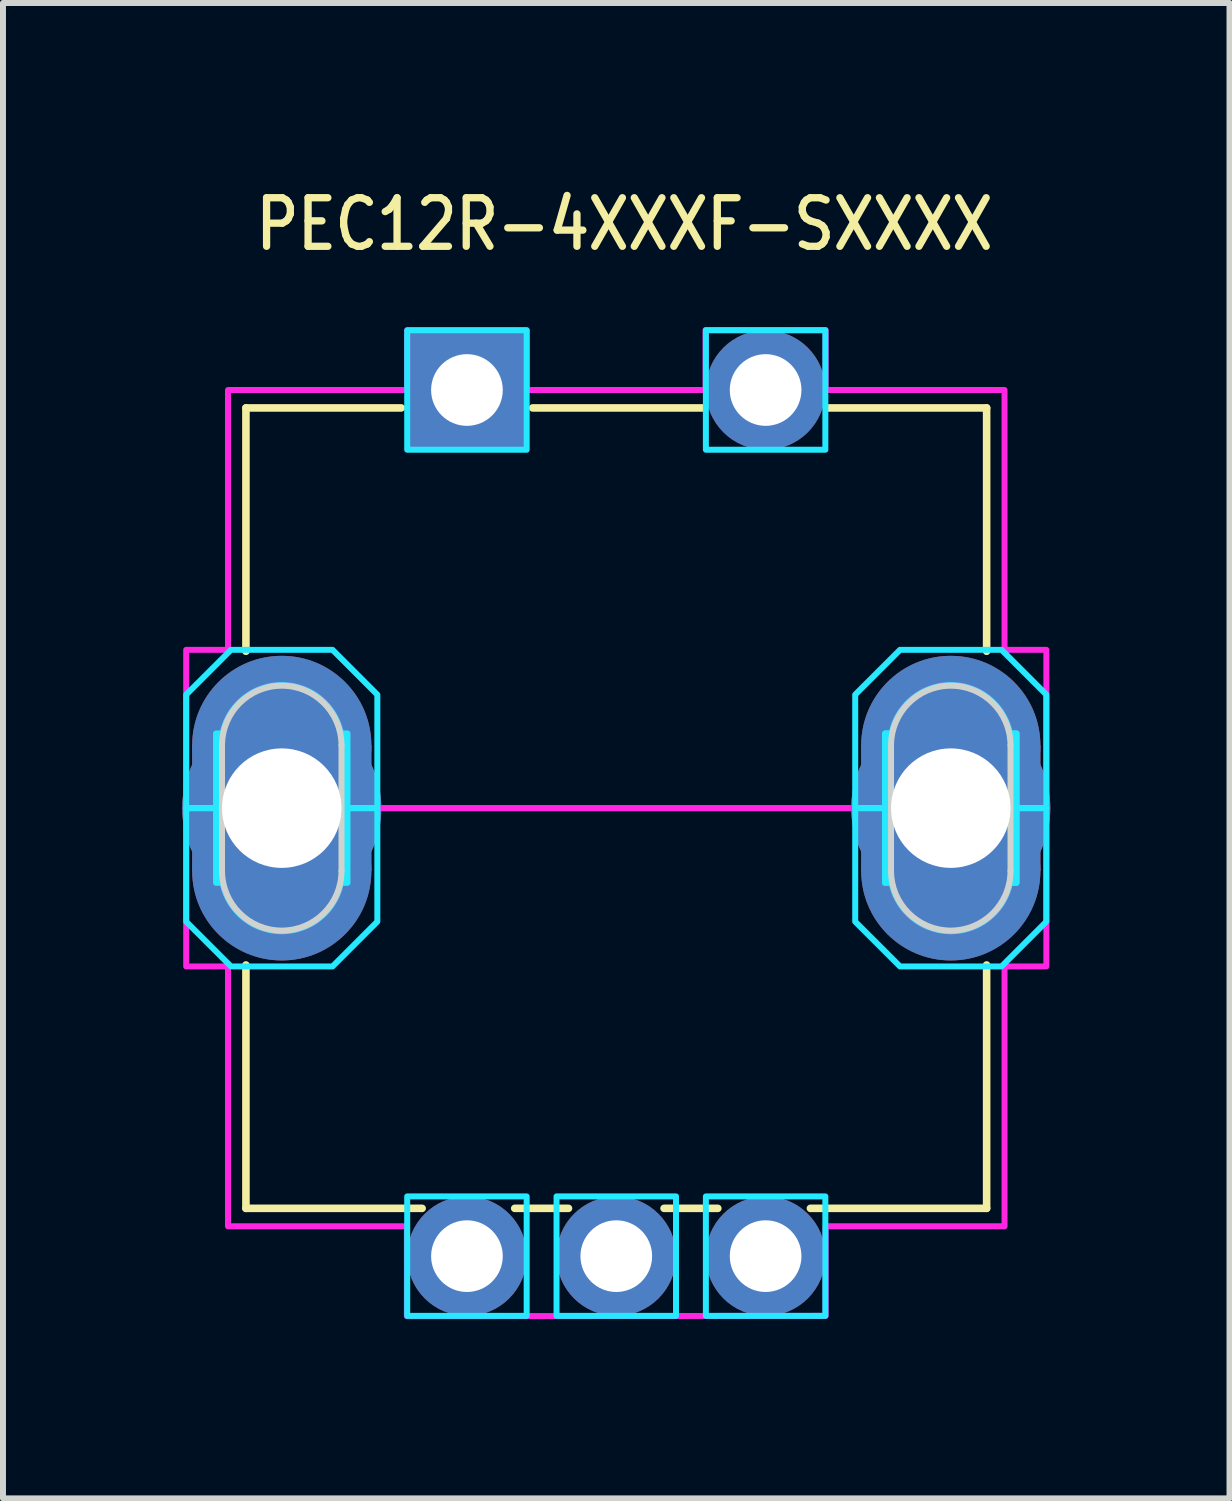
<source format=kicad_pcb>
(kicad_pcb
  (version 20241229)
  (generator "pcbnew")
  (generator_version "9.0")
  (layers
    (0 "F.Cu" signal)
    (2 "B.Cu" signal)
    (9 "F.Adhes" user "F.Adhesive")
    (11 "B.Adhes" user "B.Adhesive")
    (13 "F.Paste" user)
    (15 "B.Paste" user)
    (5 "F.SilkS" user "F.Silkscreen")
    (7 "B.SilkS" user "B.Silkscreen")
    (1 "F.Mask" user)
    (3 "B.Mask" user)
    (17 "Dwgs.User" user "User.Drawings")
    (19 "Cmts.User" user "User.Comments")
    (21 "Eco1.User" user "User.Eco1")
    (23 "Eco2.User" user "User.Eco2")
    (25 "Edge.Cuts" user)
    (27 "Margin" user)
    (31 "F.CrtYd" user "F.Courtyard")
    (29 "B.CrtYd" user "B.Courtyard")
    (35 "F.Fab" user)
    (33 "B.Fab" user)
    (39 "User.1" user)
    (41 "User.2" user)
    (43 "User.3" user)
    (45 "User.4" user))
  (footprint "PEC12R-4XXXF-SXXXX"
    (layer "F.Cu")
    (at 7.267 10.479)
    (property "Reference" "PEC12R-4XXXF-SXXXX" (at -6.1 -9.3 0) (unlocked yes) (layer "F.SilkS") (effects (font (size 0.813 0.695) (thickness 0.122)) (justify left bottom)))
    (fp_circle (center -5.6 -1.05) (end -7.1 -1.05) (stroke (width 0) (type solid)) (fill yes) (layer "F.Cu"))
    (fp_circle (center -5.6 1.05) (end -4.1 1.05) (stroke (width 0) (type solid)) (fill yes) (layer "F.Cu"))
    (fp_circle (center 5.6 -1.05) (end 4.1 -1.05) (stroke (width 0) (type solid)) (fill yes) (layer "F.Cu"))
    (fp_circle (center 5.6 1.05) (end 7.1 1.05) (stroke (width 0) (type solid)) (fill yes) (layer "F.Cu"))
    (fp_poly (pts (xy -7.1 -1.05) (xy -4.1 -1.05) (xy -4.1 1.05) (xy -7.1 1.05)) (stroke (width 0) (type solid)) (fill yes) (layer "F.Cu"))
    (fp_poly (pts (xy 4.1 -1.05) (xy 7.1 -1.05) (xy 7.1 1.05) (xy 4.1 1.05)) (stroke (width 0) (type solid)) (fill yes) (layer "F.Cu"))
    (fp_circle (center -5.6 -1.05) (end -7.2 -1.05) (stroke (width 0) (type solid)) (fill yes) (layer "F.Mask"))
    (fp_circle (center -5.6 1.05) (end -4 1.05) (stroke (width 0) (type solid)) (fill yes) (layer "F.Mask"))
    (fp_circle (center 5.6 -1.05) (end 4 -1.05) (stroke (width 0) (type solid)) (fill yes) (layer "F.Mask"))
    (fp_circle (center 5.6 1.05) (end 7.2 1.05) (stroke (width 0) (type solid)) (fill yes) (layer "F.Mask"))
    (fp_poly (pts (xy -7.2 -1.05) (xy -4 -1.05) (xy -4 1.05) (xy -7.2 1.05)) (stroke (width 0) (type solid)) (fill yes) (layer "F.Mask"))
    (fp_poly (pts (xy 4 -1.05) (xy 7.2 -1.05) (xy 7.2 1.05) (xy 4 1.05)) (stroke (width 0) (type solid)) (fill yes) (layer "F.Mask"))
    (fp_circle (center -5.6 -1.05) (end -4.1 -1.05) (stroke (width 0) (type solid)) (fill yes) (layer "B.Cu"))
    (fp_circle (center -5.6 1.05) (end -7.1 1.05) (stroke (width 0) (type solid)) (fill yes) (layer "B.Cu"))
    (fp_circle (center 5.6 -1.05) (end 7.1 -1.05) (stroke (width 0) (type solid)) (fill yes) (layer "B.Cu"))
    (fp_circle (center 5.6 1.05) (end 4.1 1.05) (stroke (width 0) (type solid)) (fill yes) (layer "B.Cu"))
    (fp_poly (pts (xy -4.1 -1.05) (xy -7.1 -1.05) (xy -7.1 1.05) (xy -4.1 1.05)) (stroke (width 0) (type solid)) (fill yes) (layer "B.Cu"))
    (fp_poly (pts (xy 7.1 -1.05) (xy 4.1 -1.05) (xy 4.1 1.05) (xy 7.1 1.05)) (stroke (width 0) (type solid)) (fill yes) (layer "B.Cu"))
    (fp_circle (center -5.6 -1.05) (end -4 -1.05) (stroke (width 0) (type solid)) (fill yes) (layer "B.Mask"))
    (fp_circle (center -5.6 1.05) (end -7.2 1.05) (stroke (width 0) (type solid)) (fill yes) (layer "B.Mask"))
    (fp_circle (center 5.6 -1.05) (end 7.2 -1.05) (stroke (width 0) (type solid)) (fill yes) (layer "B.Mask"))
    (fp_circle (center 5.6 1.05) (end 4 1.05) (stroke (width 0) (type solid)) (fill yes) (layer "B.Mask"))
    (fp_poly (pts (xy -4 -1.05) (xy -7.2 -1.05) (xy -7.2 1.05) (xy -4 1.05)) (stroke (width 0) (type solid)) (fill yes) (layer "B.Mask"))
    (fp_poly (pts (xy 7.2 -1.05) (xy 4 -1.05) (xy 4 1.05) (xy 7.2 1.05)) (stroke (width 0) (type solid)) (fill yes) (layer "B.Mask"))
    (fp_line (start -6.2 -6.7) (end -6.2 -2.626) (stroke (width 0.127) (type solid)) (layer "F.SilkS"))
    (fp_line (start -6.2 -6.7) (end -3.6 -6.7) (stroke (width 0.127) (type solid)) (layer "F.SilkS"))
    (fp_line (start -6.2 2.626) (end -6.2 6.7) (stroke (width 0.127) (type solid)) (layer "F.SilkS"))
    (fp_line (start -6.2 6.7) (end -3.25 6.7) (stroke (width 0.127) (type solid)) (layer "F.SilkS"))
    (fp_line (start -1.7 6.7) (end -0.8 6.7) (stroke (width 0.127) (type solid)) (layer "F.SilkS"))
    (fp_line (start -1.4 -6.7) (end 1.45 -6.7) (stroke (width 0.127) (type solid)) (layer "F.SilkS"))
    (fp_line (start 0.8 6.7) (end 1.7 6.7) (stroke (width 0.127) (type solid)) (layer "F.SilkS"))
    (fp_line (start 3.25 6.7) (end 6.2 6.7) (stroke (width 0.127) (type solid)) (layer "F.SilkS"))
    (fp_line (start 3.55 -6.7) (end 6.2 -6.7) (stroke (width 0.127) (type solid)) (layer "F.SilkS"))
    (fp_line (start 6.2 -6.7) (end 6.2 -2.626) (stroke (width 0.127) (type solid)) (layer "F.SilkS"))
    (fp_line (start 6.2 6.7) (end 6.2 2.626) (stroke (width 0.127) (type solid)) (layer "F.SilkS"))
    (fp_line (start -6.6 1.05) (end -6.6 -1.05) (stroke (width 0.1) (type solid)) (layer "Edge.Cuts"))
    (fp_line (start -4.6 -1.05) (end -4.6 1.05) (stroke (width 0.1) (type solid)) (layer "Edge.Cuts"))
    (fp_line (start 4.6 1.05) (end 4.6 -1.05) (stroke (width 0.1) (type solid)) (layer "Edge.Cuts"))
    (fp_line (start 6.6 -1.05) (end 6.6 1.05) (stroke (width 0.1) (type solid)) (layer "Edge.Cuts"))
    (fp_arc (start -6.6 -1.05) (mid -5.6 -2.05) (end -4.6 -1.05) (stroke (width 0.1) (type solid)) (layer "Edge.Cuts"))
    (fp_arc (start -4.6 1.05) (mid -5.6 2.05) (end -6.6 1.05) (stroke (width 0.1) (type solid)) (layer "Edge.Cuts"))
    (fp_arc (start 4.6 -1.05) (mid 5.6 -2.05) (end 6.6 -1.05) (stroke (width 0.1) (type solid)) (layer "Edge.Cuts"))
    (fp_arc (start 6.6 1.05) (mid 5.6 2.05) (end 4.6 1.05) (stroke (width 0.1) (type solid)) (layer "Edge.Cuts"))
    (fp_poly (pts (xy -3.5 -8) (xy -1.5 -8) (xy -1.5 -6) (xy -3.5 -6)) (stroke (width 0.1) (type solid)) (fill no) (layer "B.CrtYd"))
    (fp_poly (pts (xy -3.5 6.5) (xy -1.5 6.5) (xy -1.5 8.5) (xy -3.5 8.5)) (stroke (width 0.1) (type solid)) (fill no) (layer "B.CrtYd"))
    (fp_poly (pts (xy -1 6.5) (xy 1 6.5) (xy 1 8.5) (xy -1 8.5)) (stroke (width 0.1) (type solid)) (fill no) (layer "B.CrtYd"))
    (fp_poly (pts (xy 1.5 -8) (xy 3.5 -8) (xy 3.5 -6) (xy 1.5 -6)) (stroke (width 0.1) (type solid)) (fill no) (layer "B.CrtYd"))
    (fp_poly (pts (xy 1.5 6.5) (xy 3.5 6.5) (xy 3.5 8.5) (xy 1.5 8.5)) (stroke (width 0.1) (type solid)) (fill no) (layer "B.CrtYd"))
    (fp_poly (pts (xy -6.59 -1.25) (xy -6.59 -1.25) (xy -6.599 -1.201) (xy -6.599 -1.2) (xy -6.605 -1.151) (xy -6.605 -1.15) (xy -6.609 -1.101) (xy -6.609 -1.1) (xy -6.61 -1.05) (xy -6.61 -1.05) (xy -6.61 1.05) (xy -6.61 1.05) (xy -6.609 1.1) (xy -6.609 1.101) (xy -6.605 1.15) (xy -6.605 1.151) (xy -6.599 1.2) (xy -6.599 1.201) (xy -6.59 1.25) (xy -6.59 1.25) (xy -6.7 1.25) (xy -6.7 -1.25)) (stroke (width 0.1) (type solid)) (fill no) (layer "B.CrtYd"))
    (fp_poly (pts (xy -4.5 -1.25) (xy -4.5 1.25) (xy -4.61 1.25) (xy -4.61 1.25) (xy -4.601 1.201) (xy -4.601 1.2) (xy -4.595 1.151) (xy -4.595 1.15) (xy -4.591 1.101) (xy -4.591 1.1) (xy -4.59 1.05) (xy -4.59 1.05) (xy -4.59 -1.05) (xy -4.59 -1.05) (xy -4.591 -1.1) (xy -4.591 -1.101) (xy -4.595 -1.15) (xy -4.595 -1.151) (xy -4.601 -1.2) (xy -4.601 -1.201) (xy -4.61 -1.25) (xy -4.61 -1.25)) (stroke (width 0.1) (type solid)) (fill no) (layer "B.CrtYd"))
    (fp_poly (pts (xy 4.61 -1.25) (xy 4.61 -1.25) (xy 4.601 -1.201) (xy 4.601 -1.2) (xy 4.595 -1.151) (xy 4.595 -1.15) (xy 4.591 -1.101) (xy 4.591 -1.1) (xy 4.59 -1.05) (xy 4.59 -1.05) (xy 4.59 1.05) (xy 4.59 1.05) (xy 4.591 1.1) (xy 4.591 1.101) (xy 4.595 1.15) (xy 4.595 1.151) (xy 4.601 1.2) (xy 4.601 1.201) (xy 4.61 1.25) (xy 4.61 1.25) (xy 4.5 1.25) (xy 4.5 -1.25)) (stroke (width 0.1) (type solid)) (fill no) (layer "B.CrtYd"))
    (fp_poly (pts (xy 4.61 -1.25) (xy 4.61 -1.25) (xy 4.601 -1.201) (xy 4.601 -1.2) (xy 4.595 -1.151) (xy 4.595 -1.15) (xy 4.591 -1.101) (xy 4.591 -1.1) (xy 4.59 -1.05) (xy 4.59 -1.05) (xy 4.59 1.05) (xy 4.59 1.05) (xy 4.591 1.1) (xy 4.591 1.101) (xy 4.595 1.15) (xy 4.595 1.151) (xy 4.601 1.2) (xy 4.601 1.201) (xy 4.61 1.25) (xy 4.61 1.25) (xy 4.5 1.25) (xy 4.5 -1.25)) (stroke (width 0.1) (type solid)) (fill no) (layer "B.CrtYd"))
    (fp_poly (pts (xy 6.7 -1.25) (xy 6.7 1.25) (xy 6.59 1.25) (xy 6.59 1.25) (xy 6.599 1.201) (xy 6.599 1.2) (xy 6.605 1.151) (xy 6.605 1.15) (xy 6.609 1.101) (xy 6.609 1.1) (xy 6.61 1.05) (xy 6.61 1.05) (xy 6.61 -1.05) (xy 6.61 -1.05) (xy 6.609 -1.1) (xy 6.609 -1.101) (xy 6.605 -1.15) (xy 6.605 -1.151) (xy 6.599 -1.2) (xy 6.599 -1.201) (xy 6.59 -1.25) (xy 6.59 -1.25)) (stroke (width 0.1) (type solid)) (fill no) (layer "B.CrtYd"))
    (fp_poly (pts (xy 6.7 -1.25) (xy 6.7 1.25) (xy 6.59 1.25) (xy 6.59 1.25) (xy 6.599 1.201) (xy 6.599 1.2) (xy 6.605 1.151) (xy 6.605 1.15) (xy 6.609 1.101) (xy 6.609 1.1) (xy 6.61 1.05) (xy 6.61 1.05) (xy 6.61 -1.05) (xy 6.61 -1.05) (xy 6.609 -1.1) (xy 6.609 -1.101) (xy 6.605 -1.15) (xy 6.605 -1.151) (xy 6.599 -1.2) (xy 6.599 -1.201) (xy 6.59 -1.25) (xy 6.59 -1.25)) (stroke (width 0.1) (type solid)) (fill no) (layer "B.CrtYd"))
    (fp_poly (pts (xy -7.2 -1.9) (xy -6.45 -2.65) (xy -4.75 -2.65) (xy -4 -1.9) (xy -4 0) (xy -4.59 0) (xy -4.59 -1.05) (xy -4.59 -1.05) (xy -4.591 -1.1) (xy -4.591 -1.101) (xy -4.595 -1.15) (xy -4.595 -1.151) (xy -4.601 -1.2) (xy -4.601 -1.201) (xy -4.61 -1.25) (xy -4.61 -1.25) (xy -4.621 -1.299) (xy -4.621 -1.299) (xy -4.635 -1.347) (xy -4.635 -1.348) (xy -4.651 -1.395) (xy -4.651 -1.396) (xy -4.669 -1.442) (xy -4.669 -1.443) (xy -4.69 -1.488) (xy -4.69 -1.488) (xy -4.713 -1.533) (xy -4.713 -1.533) (xy -4.738 -1.576) (xy -4.738 -1.577) (xy -4.765 -1.619) (xy -4.766 -1.619) (xy -4.795 -1.66) (xy -4.795 -1.66) (xy -4.826 -1.699) (xy -4.826 -1.699) (xy -4.859 -1.737) (xy -4.86 -1.737) (xy -4.895 -1.773) (xy -4.895 -1.773) (xy -4.932 -1.807) (xy -4.932 -1.807) (xy -4.97 -1.839) (xy -4.97 -1.84) (xy -5.01 -1.87) (xy -5.011 -1.87) (xy -5.052 -1.898) (xy -5.052 -1.899) (xy -5.095 -1.925) (xy -5.095 -1.925) (xy -5.139 -1.949) (xy -5.139 -1.949) (xy -5.184 -1.971) (xy -5.185 -1.971) (xy -5.231 -1.99) (xy -5.231 -1.99) (xy -5.278 -2.007) (xy -5.279 -2.007) (xy -5.326 -2.022) (xy -5.327 -2.022) (xy -5.375 -2.035) (xy -5.375 -2.035) (xy -5.424 -2.045) (xy -5.425 -2.045) (xy -5.474 -2.052) (xy -5.475 -2.052) (xy -5.524 -2.057) (xy -5.525 -2.057) (xy -5.575 -2.06) (xy -5.575 -2.06) (xy -5.625 -2.06) (xy -5.625 -2.06) (xy -5.675 -2.057) (xy -5.676 -2.057) (xy -5.725 -2.052) (xy -5.726 -2.052) (xy -5.775 -2.045) (xy -5.776 -2.045) (xy -5.825 -2.035) (xy -5.825 -2.035) (xy -5.873 -2.022) (xy -5.874 -2.022) (xy -5.921 -2.007) (xy -5.922 -2.007) (xy -5.969 -1.99) (xy -5.969 -1.99) (xy -6.015 -1.971) (xy -6.016 -1.971) (xy -6.061 -1.949) (xy -6.061 -1.949) (xy -6.105 -1.925) (xy -6.105 -1.925) (xy -6.148 -1.899) (xy -6.148 -1.898) (xy -6.189 -1.87) (xy -6.19 -1.87) (xy -6.23 -1.84) (xy -6.23 -1.839) (xy -6.268 -1.807) (xy -6.268 -1.807) (xy -6.305 -1.773) (xy -6.305 -1.773) (xy -6.34 -1.737) (xy -6.341 -1.737) (xy -6.374 -1.699) (xy -6.374 -1.699) (xy -6.405 -1.66) (xy -6.405 -1.66) (xy -6.434 -1.619) (xy -6.435 -1.619) (xy -6.462 -1.577) (xy -6.462 -1.576) (xy -6.487 -1.533) (xy -6.487 -1.533) (xy -6.51 -1.488) (xy -6.51 -1.488) (xy -6.531 -1.443) (xy -6.531 -1.442) (xy -6.549 -1.396) (xy -6.549 -1.395) (xy -6.565 -1.348) (xy -6.565 -1.347) (xy -6.579 -1.299) (xy -6.579 -1.299) (xy -6.59 -1.25) (xy -6.59 -1.25) (xy -6.599 -1.201) (xy -6.599 -1.2) (xy -6.605 -1.151) (xy -6.605 -1.15) (xy -6.609 -1.101) (xy -6.609 -1.1) (xy -6.61 -1.05) (xy -6.61 -1.05) (xy -6.61 0) (xy -7.2 0)) (stroke (width 0.1) (type solid)) (fill no) (layer "B.CrtYd"))
    (fp_poly (pts (xy -4 0) (xy -4 1.9) (xy -4.75 2.65) (xy -6.45 2.65) (xy -7.2 1.9) (xy -7.2 0) (xy -6.61 0) (xy -6.61 1.05) (xy -6.61 1.05) (xy -6.609 1.1) (xy -6.609 1.101) (xy -6.605 1.15) (xy -6.605 1.151) (xy -6.599 1.2) (xy -6.599 1.201) (xy -6.59 1.25) (xy -6.59 1.25) (xy -6.579 1.299) (xy -6.579 1.299) (xy -6.565 1.347) (xy -6.565 1.348) (xy -6.549 1.395) (xy -6.549 1.396) (xy -6.531 1.442) (xy -6.531 1.443) (xy -6.51 1.488) (xy -6.51 1.488) (xy -6.487 1.533) (xy -6.487 1.533) (xy -6.462 1.576) (xy -6.462 1.577) (xy -6.435 1.619) (xy -6.434 1.619) (xy -6.405 1.66) (xy -6.405 1.66) (xy -6.374 1.699) (xy -6.374 1.699) (xy -6.341 1.737) (xy -6.34 1.737) (xy -6.305 1.773) (xy -6.305 1.773) (xy -6.268 1.807) (xy -6.268 1.807) (xy -6.23 1.839) (xy -6.23 1.84) (xy -6.19 1.87) (xy -6.189 1.87) (xy -6.148 1.898) (xy -6.148 1.899) (xy -6.105 1.925) (xy -6.105 1.925) (xy -6.061 1.949) (xy -6.061 1.949) (xy -6.016 1.971) (xy -6.015 1.971) (xy -5.969 1.99) (xy -5.969 1.99) (xy -5.922 2.007) (xy -5.921 2.007) (xy -5.874 2.022) (xy -5.873 2.022) (xy -5.825 2.035) (xy -5.825 2.035) (xy -5.776 2.045) (xy -5.775 2.045) (xy -5.726 2.052) (xy -5.725 2.052) (xy -5.676 2.057) (xy -5.675 2.057) (xy -5.625 2.06) (xy -5.625 2.06) (xy -5.575 2.06) (xy -5.575 2.06) (xy -5.525 2.057) (xy -5.524 2.057) (xy -5.475 2.052) (xy -5.474 2.052) (xy -5.425 2.045) (xy -5.424 2.045) (xy -5.375 2.035) (xy -5.375 2.035) (xy -5.327 2.022) (xy -5.326 2.022) (xy -5.279 2.007) (xy -5.278 2.007) (xy -5.231 1.99) (xy -5.231 1.99) (xy -5.185 1.971) (xy -5.184 1.971) (xy -5.139 1.949) (xy -5.139 1.949) (xy -5.095 1.925) (xy -5.095 1.925) (xy -5.052 1.899) (xy -5.052 1.898) (xy -5.011 1.87) (xy -5.01 1.87) (xy -4.97 1.84) (xy -4.97 1.839) (xy -4.932 1.807) (xy -4.932 1.807) (xy -4.895 1.773) (xy -4.895 1.773) (xy -4.86 1.737) (xy -4.859 1.737) (xy -4.826 1.699) (xy -4.826 1.699) (xy -4.795 1.66) (xy -4.795 1.66) (xy -4.766 1.619) (xy -4.765 1.619) (xy -4.738 1.577) (xy -4.738 1.576) (xy -4.713 1.533) (xy -4.713 1.533) (xy -4.69 1.488) (xy -4.69 1.488) (xy -4.669 1.443) (xy -4.669 1.442) (xy -4.651 1.396) (xy -4.651 1.395) (xy -4.635 1.348) (xy -4.635 1.347) (xy -4.621 1.299) (xy -4.621 1.299) (xy -4.61 1.25) (xy -4.61 1.25) (xy -4.601 1.201) (xy -4.601 1.2) (xy -4.595 1.151) (xy -4.595 1.15) (xy -4.591 1.101) (xy -4.591 1.1) (xy -4.59 1.05) (xy -4.59 1.05) (xy -4.59 0)) (stroke (width 0.1) (type solid)) (fill no) (layer "B.CrtYd"))
    (fp_poly (pts (xy 4 -1.9) (xy 4.75 -2.65) (xy 6.45 -2.65) (xy 7.2 -1.9) (xy 7.2 0) (xy 6.61 0) (xy 6.61 -1.05) (xy 6.61 -1.05) (xy 6.609 -1.1) (xy 6.609 -1.101) (xy 6.605 -1.15) (xy 6.605 -1.151) (xy 6.599 -1.2) (xy 6.599 -1.201) (xy 6.59 -1.25) (xy 6.59 -1.25) (xy 6.579 -1.299) (xy 6.579 -1.299) (xy 6.565 -1.347) (xy 6.565 -1.348) (xy 6.549 -1.395) (xy 6.549 -1.396) (xy 6.531 -1.442) (xy 6.531 -1.443) (xy 6.51 -1.488) (xy 6.51 -1.488) (xy 6.487 -1.533) (xy 6.487 -1.533) (xy 6.462 -1.576) (xy 6.462 -1.577) (xy 6.435 -1.619) (xy 6.434 -1.619) (xy 6.405 -1.66) (xy 6.405 -1.66) (xy 6.374 -1.699) (xy 6.374 -1.699) (xy 6.341 -1.737) (xy 6.34 -1.737) (xy 6.305 -1.773) (xy 6.305 -1.773) (xy 6.268 -1.807) (xy 6.268 -1.807) (xy 6.23 -1.839) (xy 6.23 -1.84) (xy 6.19 -1.87) (xy 6.189 -1.87) (xy 6.148 -1.898) (xy 6.148 -1.899) (xy 6.105 -1.925) (xy 6.105 -1.925) (xy 6.061 -1.949) (xy 6.061 -1.949) (xy 6.016 -1.971) (xy 6.015 -1.971) (xy 5.969 -1.99) (xy 5.969 -1.99) (xy 5.922 -2.007) (xy 5.921 -2.007) (xy 5.874 -2.022) (xy 5.873 -2.022) (xy 5.825 -2.035) (xy 5.825 -2.035) (xy 5.776 -2.045) (xy 5.775 -2.045) (xy 5.726 -2.052) (xy 5.725 -2.052) (xy 5.676 -2.057) (xy 5.675 -2.057) (xy 5.625 -2.06) (xy 5.625 -2.06) (xy 5.575 -2.06) (xy 5.575 -2.06) (xy 5.525 -2.057) (xy 5.524 -2.057) (xy 5.475 -2.052) (xy 5.474 -2.052) (xy 5.425 -2.045) (xy 5.424 -2.045) (xy 5.375 -2.035) (xy 5.375 -2.035) (xy 5.327 -2.022) (xy 5.326 -2.022) (xy 5.279 -2.007) (xy 5.278 -2.007) (xy 5.231 -1.99) (xy 5.231 -1.99) (xy 5.185 -1.971) (xy 5.184 -1.971) (xy 5.139 -1.949) (xy 5.139 -1.949) (xy 5.095 -1.925) (xy 5.095 -1.925) (xy 5.052 -1.899) (xy 5.052 -1.898) (xy 5.011 -1.87) (xy 5.01 -1.87) (xy 4.97 -1.84) (xy 4.97 -1.839) (xy 4.932 -1.807) (xy 4.932 -1.807) (xy 4.895 -1.773) (xy 4.895 -1.773) (xy 4.86 -1.737) (xy 4.859 -1.737) (xy 4.826 -1.699) (xy 4.826 -1.699) (xy 4.795 -1.66) (xy 4.795 -1.66) (xy 4.766 -1.619) (xy 4.765 -1.619) (xy 4.738 -1.577) (xy 4.738 -1.576) (xy 4.713 -1.533) (xy 4.713 -1.533) (xy 4.69 -1.488) (xy 4.69 -1.488) (xy 4.669 -1.443) (xy 4.669 -1.442) (xy 4.651 -1.396) (xy 4.651 -1.395) (xy 4.635 -1.348) (xy 4.635 -1.347) (xy 4.621 -1.299) (xy 4.621 -1.299) (xy 4.61 -1.25) (xy 4.61 -1.25) (xy 4.601 -1.201) (xy 4.601 -1.2) (xy 4.595 -1.151) (xy 4.595 -1.15) (xy 4.591 -1.101) (xy 4.591 -1.1) (xy 4.59 -1.05) (xy 4.59 -1.05) (xy 4.59 0) (xy 4 0)) (stroke (width 0.1) (type solid)) (fill no) (layer "B.CrtYd"))
    (fp_poly (pts (xy 7.2 0) (xy 7.2 1.9) (xy 6.45 2.65) (xy 4.75 2.65) (xy 4 1.9) (xy 4 0) (xy 4.59 0) (xy 4.59 1.05) (xy 4.59 1.05) (xy 4.591 1.1) (xy 4.591 1.101) (xy 4.595 1.15) (xy 4.595 1.151) (xy 4.601 1.2) (xy 4.601 1.201) (xy 4.61 1.25) (xy 4.61 1.25) (xy 4.621 1.299) (xy 4.621 1.299) (xy 4.635 1.347) (xy 4.635 1.348) (xy 4.651 1.395) (xy 4.651 1.396) (xy 4.669 1.442) (xy 4.669 1.443) (xy 4.69 1.488) (xy 4.69 1.488) (xy 4.713 1.533) (xy 4.713 1.533) (xy 4.738 1.576) (xy 4.738 1.577) (xy 4.765 1.619) (xy 4.766 1.619) (xy 4.795 1.66) (xy 4.795 1.66) (xy 4.826 1.699) (xy 4.826 1.699) (xy 4.859 1.737) (xy 4.86 1.737) (xy 4.895 1.773) (xy 4.895 1.773) (xy 4.932 1.807) (xy 4.932 1.807) (xy 4.97 1.839) (xy 4.97 1.84) (xy 5.01 1.87) (xy 5.011 1.87) (xy 5.052 1.898) (xy 5.052 1.899) (xy 5.095 1.925) (xy 5.095 1.925) (xy 5.139 1.949) (xy 5.139 1.949) (xy 5.184 1.971) (xy 5.185 1.971) (xy 5.231 1.99) (xy 5.231 1.99) (xy 5.278 2.007) (xy 5.279 2.007) (xy 5.326 2.022) (xy 5.327 2.022) (xy 5.375 2.035) (xy 5.375 2.035) (xy 5.424 2.045) (xy 5.425 2.045) (xy 5.474 2.052) (xy 5.475 2.052) (xy 5.524 2.057) (xy 5.525 2.057) (xy 5.575 2.06) (xy 5.575 2.06) (xy 5.625 2.06) (xy 5.625 2.06) (xy 5.675 2.057) (xy 5.676 2.057) (xy 5.725 2.052) (xy 5.726 2.052) (xy 5.775 2.045) (xy 5.776 2.045) (xy 5.825 2.035) (xy 5.825 2.035) (xy 5.873 2.022) (xy 5.874 2.022) (xy 5.921 2.007) (xy 5.922 2.007) (xy 5.969 1.99) (xy 5.969 1.99) (xy 6.015 1.971) (xy 6.016 1.971) (xy 6.061 1.949) (xy 6.061 1.949) (xy 6.105 1.925) (xy 6.105 1.925) (xy 6.148 1.899) (xy 6.148 1.898) (xy 6.189 1.87) (xy 6.19 1.87) (xy 6.23 1.84) (xy 6.23 1.839) (xy 6.268 1.807) (xy 6.268 1.807) (xy 6.305 1.773) (xy 6.305 1.773) (xy 6.34 1.737) (xy 6.341 1.737) (xy 6.374 1.699) (xy 6.374 1.699) (xy 6.405 1.66) (xy 6.405 1.66) (xy 6.434 1.619) (xy 6.435 1.619) (xy 6.462 1.577) (xy 6.462 1.576) (xy 6.487 1.533) (xy 6.487 1.533) (xy 6.51 1.488) (xy 6.51 1.488) (xy 6.531 1.443) (xy 6.531 1.442) (xy 6.549 1.396) (xy 6.549 1.395) (xy 6.565 1.348) (xy 6.565 1.347) (xy 6.579 1.299) (xy 6.579 1.299) (xy 6.59 1.25) (xy 6.59 1.25) (xy 6.599 1.201) (xy 6.599 1.2) (xy 6.605 1.151) (xy 6.605 1.15) (xy 6.609 1.101) (xy 6.609 1.1) (xy 6.61 1.05) (xy 6.61 1.05) (xy 6.61 0)) (stroke (width 0.1) (type solid)) (fill no) (layer "B.CrtYd"))
    (fp_poly (pts (xy 7.2 0) (xy 7.2 2.65) (xy 6.5 2.65) (xy 6.5 7) (xy 3.505 7) (xy 3.505 8.5) (xy -3.505 8.505) (xy -3.505 7) (xy -6.5 7) (xy -6.5 2.65) (xy -7.2 2.65) (xy -7.2 0) (xy -6.61 0) (xy -6.61 1.05) (xy -6.61 1.05) (xy -6.609 1.1) (xy -6.609 1.101) (xy -6.605 1.15) (xy -6.605 1.151) (xy -6.599 1.2) (xy -6.599 1.201) (xy -6.59 1.25) (xy -6.59 1.25) (xy -6.579 1.299) (xy -6.579 1.299) (xy -6.565 1.347) (xy -6.565 1.348) (xy -6.549 1.395) (xy -6.549 1.396) (xy -6.531 1.442) (xy -6.531 1.443) (xy -6.51 1.488) (xy -6.51 1.488) (xy -6.487 1.533) (xy -6.487 1.533) (xy -6.462 1.576) (xy -6.462 1.577) (xy -6.435 1.619) (xy -6.434 1.619) (xy -6.405 1.66) (xy -6.405 1.66) (xy -6.374 1.699) (xy -6.374 1.699) (xy -6.341 1.737) (xy -6.34 1.737) (xy -6.305 1.773) (xy -6.305 1.773) (xy -6.268 1.807) (xy -6.268 1.807) (xy -6.23 1.839) (xy -6.23 1.84) (xy -6.19 1.87) (xy -6.189 1.87) (xy -6.148 1.898) (xy -6.148 1.899) (xy -6.105 1.925) (xy -6.105 1.925) (xy -6.061 1.949) (xy -6.061 1.949) (xy -6.016 1.971) (xy -6.015 1.971) (xy -5.969 1.99) (xy -5.969 1.99) (xy -5.922 2.007) (xy -5.921 2.007) (xy -5.874 2.022) (xy -5.873 2.022) (xy -5.825 2.035) (xy -5.825 2.035) (xy -5.776 2.045) (xy -5.775 2.045) (xy -5.726 2.052) (xy -5.725 2.052) (xy -5.676 2.057) (xy -5.675 2.057) (xy -5.625 2.06) (xy -5.625 2.06) (xy -5.575 2.06) (xy -5.575 2.06) (xy -5.525 2.057) (xy -5.524 2.057) (xy -5.475 2.052) (xy -5.474 2.052) (xy -5.425 2.045) (xy -5.424 2.045) (xy -5.375 2.035) (xy -5.375 2.035) (xy -5.327 2.022) (xy -5.326 2.022) (xy -5.279 2.007) (xy -5.278 2.007) (xy -5.231 1.99) (xy -5.231 1.99) (xy -5.185 1.971) (xy -5.184 1.971) (xy -5.139 1.949) (xy -5.139 1.949) (xy -5.095 1.925) (xy -5.095 1.925) (xy -5.052 1.899) (xy -5.052 1.898) (xy -5.011 1.87) (xy -5.01 1.87) (xy -4.97 1.84) (xy -4.97 1.839) (xy -4.932 1.807) (xy -4.932 1.807) (xy -4.895 1.773) (xy -4.895 1.773) (xy -4.86 1.737) (xy -4.859 1.737) (xy -4.826 1.699) (xy -4.826 1.699) (xy -4.795 1.66) (xy -4.795 1.66) (xy -4.766 1.619) (xy -4.765 1.619) (xy -4.738 1.577) (xy -4.738 1.576) (xy -4.713 1.533) (xy -4.713 1.533) (xy -4.69 1.488) (xy -4.69 1.488) (xy -4.669 1.443) (xy -4.669 1.442) (xy -4.651 1.396) (xy -4.651 1.395) (xy -4.635 1.348) (xy -4.635 1.347) (xy -4.621 1.299) (xy -4.621 1.299) (xy -4.61 1.25) (xy -4.61 1.25) (xy -4.601 1.201) (xy -4.601 1.2) (xy -4.595 1.151) (xy -4.595 1.15) (xy -4.591 1.101) (xy -4.591 1.1) (xy -4.59 1.05) (xy -4.59 1.05) (xy -4.59 0) (xy 4.59 0) (xy 4.59 1.05) (xy 4.59 1.05) (xy 4.591 1.1) (xy 4.591 1.101) (xy 4.595 1.15) (xy 4.595 1.151) (xy 4.601 1.2) (xy 4.601 1.201) (xy 4.61 1.25) (xy 4.61 1.25) (xy 4.621 1.299) (xy 4.621 1.299) (xy 4.635 1.347) (xy 4.635 1.348) (xy 4.651 1.395) (xy 4.651 1.396) (xy 4.669 1.442) (xy 4.669 1.443) (xy 4.69 1.488) (xy 4.69 1.488) (xy 4.713 1.533) (xy 4.713 1.533) (xy 4.738 1.576) (xy 4.738 1.577) (xy 4.765 1.619) (xy 4.766 1.619) (xy 4.795 1.66) (xy 4.795 1.66) (xy 4.826 1.699) (xy 4.826 1.699) (xy 4.859 1.737) (xy 4.86 1.737) (xy 4.895 1.773) (xy 4.895 1.773) (xy 4.932 1.807) (xy 4.932 1.807) (xy 4.97 1.839) (xy 4.97 1.84) (xy 5.01 1.87) (xy 5.011 1.87) (xy 5.052 1.898) (xy 5.052 1.899) (xy 5.095 1.925) (xy 5.095 1.925) (xy 5.139 1.949) (xy 5.139 1.949) (xy 5.184 1.971) (xy 5.185 1.971) (xy 5.231 1.99) (xy 5.231 1.99) (xy 5.278 2.007) (xy 5.279 2.007) (xy 5.326 2.022) (xy 5.327 2.022) (xy 5.375 2.035) (xy 5.375 2.035) (xy 5.424 2.045) (xy 5.425 2.045) (xy 5.474 2.052) (xy 5.475 2.052) (xy 5.524 2.057) (xy 5.525 2.057) (xy 5.575 2.06) (xy 5.575 2.06) (xy 5.625 2.06) (xy 5.625 2.06) (xy 5.675 2.057) (xy 5.676 2.057) (xy 5.725 2.052) (xy 5.726 2.052) (xy 5.775 2.045) (xy 5.776 2.045) (xy 5.825 2.035) (xy 5.825 2.035) (xy 5.873 2.022) (xy 5.874 2.022) (xy 5.921 2.007) (xy 5.922 2.007) (xy 5.969 1.99) (xy 5.969 1.99) (xy 6.015 1.971) (xy 6.016 1.971) (xy 6.061 1.949) (xy 6.061 1.949) (xy 6.105 1.925) (xy 6.105 1.925) (xy 6.148 1.899) (xy 6.148 1.898) (xy 6.189 1.87) (xy 6.19 1.87) (xy 6.23 1.84) (xy 6.23 1.839) (xy 6.268 1.807) (xy 6.268 1.807) (xy 6.305 1.773) (xy 6.305 1.773) (xy 6.34 1.737) (xy 6.341 1.737) (xy 6.374 1.699) (xy 6.374 1.699) (xy 6.405 1.66) (xy 6.405 1.66) (xy 6.434 1.619) (xy 6.435 1.619) (xy 6.462 1.577) (xy 6.462 1.576) (xy 6.487 1.533) (xy 6.487 1.533) (xy 6.51 1.488) (xy 6.51 1.488) (xy 6.531 1.443) (xy 6.531 1.442) (xy 6.549 1.396) (xy 6.549 1.395) (xy 6.565 1.348) (xy 6.565 1.347) (xy 6.579 1.299) (xy 6.579 1.299) (xy 6.59 1.25) (xy 6.59 1.25) (xy 6.599 1.201) (xy 6.599 1.2) (xy 6.605 1.151) (xy 6.605 1.15) (xy 6.609 1.101) (xy 6.609 1.1) (xy 6.61 1.05) (xy 6.61 1.05) (xy 6.61 0)) (stroke (width 0.1) (type solid)) (fill no) (layer "F.CrtYd"))
    (fp_poly (pts (xy -3.5 -7) (xy -3.5 -8) (xy -1.5 -8) (xy -1.5 -7) (xy 1.495 -7) (xy 1.495 -8.005) (xy 3.505 -8.005) (xy 3.505 -7) (xy 6.5 -7) (xy 6.5 -2.65) (xy 7.2 -2.65) (xy 7.2 0) (xy 6.61 0) (xy 6.61 -1.05) (xy 6.61 -1.05) (xy 6.609 -1.1) (xy 6.609 -1.101) (xy 6.605 -1.15) (xy 6.605 -1.151) (xy 6.599 -1.2) (xy 6.599 -1.201) (xy 6.59 -1.25) (xy 6.59 -1.25) (xy 6.579 -1.299) (xy 6.579 -1.299) (xy 6.565 -1.347) (xy 6.565 -1.348) (xy 6.549 -1.395) (xy 6.549 -1.396) (xy 6.531 -1.442) (xy 6.531 -1.443) (xy 6.51 -1.488) (xy 6.51 -1.488) (xy 6.487 -1.533) (xy 6.487 -1.533) (xy 6.462 -1.576) (xy 6.462 -1.577) (xy 6.435 -1.619) (xy 6.434 -1.619) (xy 6.405 -1.66) (xy 6.405 -1.66) (xy 6.374 -1.699) (xy 6.374 -1.699) (xy 6.341 -1.737) (xy 6.34 -1.737) (xy 6.305 -1.773) (xy 6.305 -1.773) (xy 6.268 -1.807) (xy 6.268 -1.807) (xy 6.23 -1.839) (xy 6.23 -1.84) (xy 6.19 -1.87) (xy 6.189 -1.87) (xy 6.148 -1.898) (xy 6.148 -1.899) (xy 6.105 -1.925) (xy 6.105 -1.925) (xy 6.061 -1.949) (xy 6.061 -1.949) (xy 6.016 -1.971) (xy 6.015 -1.971) (xy 5.969 -1.99) (xy 5.969 -1.99) (xy 5.922 -2.007) (xy 5.921 -2.007) (xy 5.874 -2.022) (xy 5.873 -2.022) (xy 5.825 -2.035) (xy 5.825 -2.035) (xy 5.776 -2.045) (xy 5.775 -2.045) (xy 5.726 -2.052) (xy 5.725 -2.052) (xy 5.676 -2.057) (xy 5.675 -2.057) (xy 5.625 -2.06) (xy 5.625 -2.06) (xy 5.575 -2.06) (xy 5.575 -2.06) (xy 5.525 -2.057) (xy 5.524 -2.057) (xy 5.475 -2.052) (xy 5.474 -2.052) (xy 5.425 -2.045) (xy 5.424 -2.045) (xy 5.375 -2.035) (xy 5.375 -2.035) (xy 5.327 -2.022) (xy 5.326 -2.022) (xy 5.279 -2.007) (xy 5.278 -2.007) (xy 5.231 -1.99) (xy 5.231 -1.99) (xy 5.185 -1.971) (xy 5.184 -1.971) (xy 5.139 -1.949) (xy 5.139 -1.949) (xy 5.095 -1.925) (xy 5.095 -1.925) (xy 5.052 -1.899) (xy 5.052 -1.898) (xy 5.011 -1.87) (xy 5.01 -1.87) (xy 4.97 -1.84) (xy 4.97 -1.839) (xy 4.932 -1.807) (xy 4.932 -1.807) (xy 4.895 -1.773) (xy 4.895 -1.773) (xy 4.86 -1.737) (xy 4.859 -1.737) (xy 4.826 -1.699) (xy 4.826 -1.699) (xy 4.795 -1.66) (xy 4.795 -1.66) (xy 4.766 -1.619) (xy 4.765 -1.619) (xy 4.738 -1.577) (xy 4.738 -1.576) (xy 4.713 -1.533) (xy 4.713 -1.533) (xy 4.69 -1.488) (xy 4.69 -1.488) (xy 4.669 -1.443) (xy 4.669 -1.442) (xy 4.651 -1.396) (xy 4.651 -1.395) (xy 4.635 -1.348) (xy 4.635 -1.347) (xy 4.621 -1.299) (xy 4.621 -1.299) (xy 4.61 -1.25) (xy 4.61 -1.25) (xy 4.601 -1.201) (xy 4.601 -1.2) (xy 4.595 -1.151) (xy 4.595 -1.15) (xy 4.591 -1.101) (xy 4.591 -1.1) (xy 4.59 -1.05) (xy 4.59 -1.05) (xy 4.59 0) (xy -4.59 0) (xy -4.59 -1.05) (xy -4.59 -1.05) (xy -4.591 -1.1) (xy -4.591 -1.101) (xy -4.595 -1.15) (xy -4.595 -1.151) (xy -4.601 -1.2) (xy -4.601 -1.201) (xy -4.61 -1.25) (xy -4.61 -1.25) (xy -4.621 -1.299) (xy -4.621 -1.299) (xy -4.635 -1.347) (xy -4.635 -1.348) (xy -4.651 -1.395) (xy -4.651 -1.396) (xy -4.669 -1.442) (xy -4.669 -1.443) (xy -4.69 -1.488) (xy -4.69 -1.488) (xy -4.713 -1.533) (xy -4.713 -1.533) (xy -4.738 -1.576) (xy -4.738 -1.577) (xy -4.765 -1.619) (xy -4.766 -1.619) (xy -4.795 -1.66) (xy -4.795 -1.66) (xy -4.826 -1.699) (xy -4.826 -1.699) (xy -4.859 -1.737) (xy -4.86 -1.737) (xy -4.895 -1.773) (xy -4.895 -1.773) (xy -4.932 -1.807) (xy -4.932 -1.807) (xy -4.97 -1.839) (xy -4.97 -1.84) (xy -5.01 -1.87) (xy -5.011 -1.87) (xy -5.052 -1.898) (xy -5.052 -1.899) (xy -5.095 -1.925) (xy -5.095 -1.925) (xy -5.139 -1.949) (xy -5.139 -1.949) (xy -5.184 -1.971) (xy -5.185 -1.971) (xy -5.231 -1.99) (xy -5.231 -1.99) (xy -5.278 -2.007) (xy -5.279 -2.007) (xy -5.326 -2.022) (xy -5.327 -2.022) (xy -5.375 -2.035) (xy -5.375 -2.035) (xy -5.424 -2.045) (xy -5.425 -2.045) (xy -5.474 -2.052) (xy -5.475 -2.052) (xy -5.524 -2.057) (xy -5.525 -2.057) (xy -5.575 -2.06) (xy -5.575 -2.06) (xy -5.625 -2.06) (xy -5.625 -2.06) (xy -5.675 -2.057) (xy -5.676 -2.057) (xy -5.725 -2.052) (xy -5.726 -2.052) (xy -5.775 -2.045) (xy -5.776 -2.045) (xy -5.825 -2.035) (xy -5.825 -2.035) (xy -5.873 -2.022) (xy -5.874 -2.022) (xy -5.921 -2.007) (xy -5.922 -2.007) (xy -5.969 -1.99) (xy -5.969 -1.99) (xy -6.015 -1.971) (xy -6.016 -1.971) (xy -6.061 -1.949) (xy -6.061 -1.949) (xy -6.105 -1.925) (xy -6.105 -1.925) (xy -6.148 -1.899) (xy -6.148 -1.898) (xy -6.189 -1.87) (xy -6.19 -1.87) (xy -6.23 -1.84) (xy -6.23 -1.839) (xy -6.268 -1.807) (xy -6.268 -1.807) (xy -6.305 -1.773) (xy -6.305 -1.773) (xy -6.34 -1.737) (xy -6.341 -1.737) (xy -6.374 -1.699) (xy -6.374 -1.699) (xy -6.405 -1.66) (xy -6.405 -1.66) (xy -6.434 -1.619) (xy -6.435 -1.619) (xy -6.462 -1.577) (xy -6.462 -1.576) (xy -6.487 -1.533) (xy -6.487 -1.533) (xy -6.51 -1.488) (xy -6.51 -1.488) (xy -6.531 -1.443) (xy -6.531 -1.442) (xy -6.549 -1.396) (xy -6.549 -1.395) (xy -6.565 -1.348) (xy -6.565 -1.347) (xy -6.579 -1.299) (xy -6.579 -1.299) (xy -6.59 -1.25) (xy -6.59 -1.25) (xy -6.599 -1.201) (xy -6.599 -1.2) (xy -6.605 -1.151) (xy -6.605 -1.15) (xy -6.609 -1.101) (xy -6.609 -1.1) (xy -6.61 -1.05) (xy -6.61 -1.05) (xy -6.61 0) (xy -7.2 0) (xy -7.2 -2.65) (xy -6.5 -2.65) (xy -6.5 -7)) (stroke (width 0.1) (type solid)) (fill no) (layer "F.CrtYd"))
    (pad "1" thru_hole rect (at -2.5 -7) (size 2 2) (drill 1.2) (layers "*.Cu" "*.Mask"))
    (pad "2" thru_hole oval (at 2.5 -7) (size 2 2) (drill 1.2) (layers "*.Cu" "*.Mask"))
    (pad "3" thru_hole oval (at -2.5 7.5) (size 2 2) (drill 1.2) (layers "*.Cu" "*.Mask"))
    (pad "4" thru_hole oval (at 0 7.5) (size 2 2) (drill 1.2) (layers "*.Cu" "*.Mask"))
    (pad "5" thru_hole oval (at 2.5 7.5) (size 2 2) (drill 1.2) (layers "*.Cu" "*.Mask"))
    (pad "6" thru_hole oval (at -5.6 0) (size 3.333 3.333) (drill 2) (layers "*.Cu" "*.Mask"))
    (pad "7" thru_hole oval (at 5.6 0) (size 3.333 3.333) (drill 2) (layers "*.Cu" "*.Mask")))
  (gr_rect
    (start -3 -3)
    (end 17.533 22.034)
    (stroke (width 0.1) (type default))
    (fill no)
    (layer "Edge.Cuts")))
</source>
